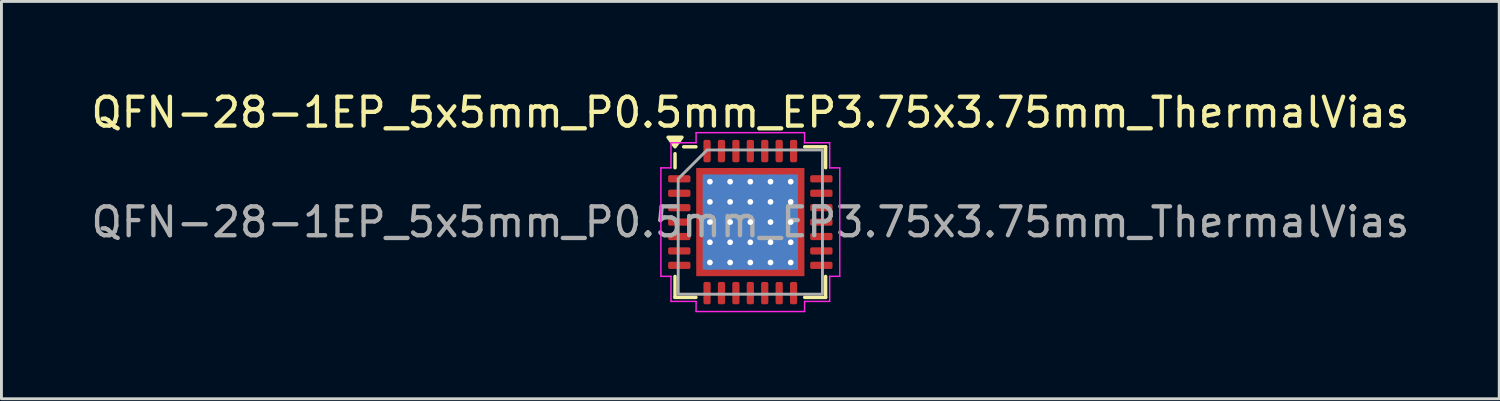
<source format=kicad_pcb>
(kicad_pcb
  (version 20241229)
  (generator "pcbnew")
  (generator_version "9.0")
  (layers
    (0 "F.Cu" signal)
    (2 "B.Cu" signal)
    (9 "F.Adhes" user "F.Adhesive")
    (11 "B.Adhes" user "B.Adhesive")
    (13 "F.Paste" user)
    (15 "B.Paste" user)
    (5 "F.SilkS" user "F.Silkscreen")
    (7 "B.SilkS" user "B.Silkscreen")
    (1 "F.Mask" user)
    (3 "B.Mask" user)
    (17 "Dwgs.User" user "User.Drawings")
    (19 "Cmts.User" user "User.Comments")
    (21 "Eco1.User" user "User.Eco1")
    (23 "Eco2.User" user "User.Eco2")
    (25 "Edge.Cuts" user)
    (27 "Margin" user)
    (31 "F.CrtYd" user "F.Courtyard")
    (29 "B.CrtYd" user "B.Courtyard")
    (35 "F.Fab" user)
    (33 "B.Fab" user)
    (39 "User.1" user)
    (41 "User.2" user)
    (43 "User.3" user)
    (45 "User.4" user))
  (footprint "QFN-28-1EP_5x5mm_P0.5mm_EP3.75x3.75mm_ThermalVias"
    (layer "F.Cu")
    (at 22.958 4.648)
    (property "Reference" "QFN-28-1EP_5x5mm_P0.5mm_EP3.75x3.75mm_ThermalVias" (at 0 -3.8 0) (layer "F.SilkS") (effects (font (size 1 1) (thickness 0.15))))
    (attr smd)
    (fp_line (start -2.61 -1.885) (end -2.61 -2.37) (stroke (width 0.12) (type solid)) (layer "F.SilkS"))
    (fp_line (start -2.61 2.61) (end -2.61 1.885) (stroke (width 0.12) (type solid)) (layer "F.SilkS"))
    (fp_line (start -1.885 -2.61) (end -2.31 -2.61) (stroke (width 0.12) (type solid)) (layer "F.SilkS"))
    (fp_line (start -1.885 2.61) (end -2.61 2.61) (stroke (width 0.12) (type solid)) (layer "F.SilkS"))
    (fp_line (start 1.885 -2.61) (end 2.61 -2.61) (stroke (width 0.12) (type solid)) (layer "F.SilkS"))
    (fp_line (start 1.885 2.61) (end 2.61 2.61) (stroke (width 0.12) (type solid)) (layer "F.SilkS"))
    (fp_line (start 2.61 -2.61) (end 2.61 -1.885) (stroke (width 0.12) (type solid)) (layer "F.SilkS"))
    (fp_line (start 2.61 2.61) (end 2.61 1.885) (stroke (width 0.12) (type solid)) (layer "F.SilkS"))
    (fp_poly (pts (xy -2.61 -2.61) (xy -2.85 -2.94) (xy -2.37 -2.94)) (stroke (width 0.12) (type solid)) (fill yes) (layer "F.SilkS"))
    (fp_line (start -3.1 -1.88) (end -2.75 -1.88) (stroke (width 0.05) (type solid)) (layer "F.CrtYd"))
    (fp_line (start -3.1 1.88) (end -3.1 -1.88) (stroke (width 0.05) (type solid)) (layer "F.CrtYd"))
    (fp_line (start -2.75 -2.75) (end -1.88 -2.75) (stroke (width 0.05) (type solid)) (layer "F.CrtYd"))
    (fp_line (start -2.75 -1.88) (end -2.75 -2.75) (stroke (width 0.05) (type solid)) (layer "F.CrtYd"))
    (fp_line (start -2.75 1.88) (end -3.1 1.88) (stroke (width 0.05) (type solid)) (layer "F.CrtYd"))
    (fp_line (start -2.75 2.75) (end -2.75 1.88) (stroke (width 0.05) (type solid)) (layer "F.CrtYd"))
    (fp_line (start -1.88 -3.1) (end 1.88 -3.1) (stroke (width 0.05) (type solid)) (layer "F.CrtYd"))
    (fp_line (start -1.88 -2.75) (end -1.88 -3.1) (stroke (width 0.05) (type solid)) (layer "F.CrtYd"))
    (fp_line (start -1.88 2.75) (end -2.75 2.75) (stroke (width 0.05) (type solid)) (layer "F.CrtYd"))
    (fp_line (start -1.88 3.1) (end -1.88 2.75) (stroke (width 0.05) (type solid)) (layer "F.CrtYd"))
    (fp_line (start 1.88 -3.1) (end 1.88 -2.75) (stroke (width 0.05) (type solid)) (layer "F.CrtYd"))
    (fp_line (start 1.88 -2.75) (end 2.75 -2.75) (stroke (width 0.05) (type solid)) (layer "F.CrtYd"))
    (fp_line (start 1.88 2.75) (end 1.88 3.1) (stroke (width 0.05) (type solid)) (layer "F.CrtYd"))
    (fp_line (start 1.88 3.1) (end -1.88 3.1) (stroke (width 0.05) (type solid)) (layer "F.CrtYd"))
    (fp_line (start 2.75 -2.75) (end 2.75 -1.88) (stroke (width 0.05) (type solid)) (layer "F.CrtYd"))
    (fp_line (start 2.75 -1.88) (end 3.1 -1.88) (stroke (width 0.05) (type solid)) (layer "F.CrtYd"))
    (fp_line (start 2.75 1.88) (end 2.75 2.75) (stroke (width 0.05) (type solid)) (layer "F.CrtYd"))
    (fp_line (start 2.75 2.75) (end 1.88 2.75) (stroke (width 0.05) (type solid)) (layer "F.CrtYd"))
    (fp_line (start 3.1 -1.88) (end 3.1 1.88) (stroke (width 0.05) (type solid)) (layer "F.CrtYd"))
    (fp_line (start 3.1 1.88) (end 2.75 1.88) (stroke (width 0.05) (type solid)) (layer "F.CrtYd"))
    (fp_poly (pts (xy -2.5 -1.5) (xy -2.5 2.5) (xy 2.5 2.5) (xy 2.5 -2.5) (xy -1.5 -2.5)) (stroke (width 0.1) (type solid)) (fill no) (layer "F.Fab"))
    (fp_text user "${REFERENCE}" (at 0 0 0) (layer "F.Fab") (effects (font (size 1 1) (thickness 0.15))))
    (pad "" smd roundrect (at -1.25 -1.25) (size 1.01 1.01) (layers "F.Paste") (roundrect_rratio 0.248))
    (pad "" smd roundrect (at -1.25 0) (size 1.01 1.01) (layers "F.Paste") (roundrect_rratio 0.248))
    (pad "" smd roundrect (at -1.25 1.25) (size 1.01 1.01) (layers "F.Paste") (roundrect_rratio 0.248))
    (pad "" smd roundrect (at 0 -1.25) (size 1.01 1.01) (layers "F.Paste") (roundrect_rratio 0.248))
    (pad "" smd roundrect (at 0 0) (size 1.01 1.01) (layers "F.Paste") (roundrect_rratio 0.248))
    (pad "" smd roundrect (at 0 1.25) (size 1.01 1.01) (layers "F.Paste") (roundrect_rratio 0.248))
    (pad "" smd roundrect (at 1.25 -1.25) (size 1.01 1.01) (layers "F.Paste") (roundrect_rratio 0.248))
    (pad "" smd roundrect (at 1.25 0) (size 1.01 1.01) (layers "F.Paste") (roundrect_rratio 0.248))
    (pad "" smd roundrect (at 1.25 1.25) (size 1.01 1.01) (layers "F.Paste") (roundrect_rratio 0.248))
    (pad "1" smd roundrect (at -2.462 -1.5) (size 0.775 0.25) (layers "F.Cu" "F.Mask" "F.Paste") (roundrect_rratio 0.25))
    (pad "2" smd roundrect (at -2.462 -1) (size 0.775 0.25) (layers "F.Cu" "F.Mask" "F.Paste") (roundrect_rratio 0.25))
    (pad "3" smd roundrect (at -2.462 -0.5) (size 0.775 0.25) (layers "F.Cu" "F.Mask" "F.Paste") (roundrect_rratio 0.25))
    (pad "4" smd roundrect (at -2.462 0) (size 0.775 0.25) (layers "F.Cu" "F.Mask" "F.Paste") (roundrect_rratio 0.25))
    (pad "5" smd roundrect (at -2.462 0.5) (size 0.775 0.25) (layers "F.Cu" "F.Mask" "F.Paste") (roundrect_rratio 0.25))
    (pad "6" smd roundrect (at -2.462 1) (size 0.775 0.25) (layers "F.Cu" "F.Mask" "F.Paste") (roundrect_rratio 0.25))
    (pad "7" smd roundrect (at -2.462 1.5) (size 0.775 0.25) (layers "F.Cu" "F.Mask" "F.Paste") (roundrect_rratio 0.25))
    (pad "8" smd roundrect (at -1.5 2.462) (size 0.25 0.775) (layers "F.Cu" "F.Mask" "F.Paste") (roundrect_rratio 0.25))
    (pad "9" smd roundrect (at -1 2.462) (size 0.25 0.775) (layers "F.Cu" "F.Mask" "F.Paste") (roundrect_rratio 0.25))
    (pad "10" smd roundrect (at -0.5 2.462) (size 0.25 0.775) (layers "F.Cu" "F.Mask" "F.Paste") (roundrect_rratio 0.25))
    (pad "11" smd roundrect (at 0 2.462) (size 0.25 0.775) (layers "F.Cu" "F.Mask" "F.Paste") (roundrect_rratio 0.25))
    (pad "12" smd roundrect (at 0.5 2.462) (size 0.25 0.775) (layers "F.Cu" "F.Mask" "F.Paste") (roundrect_rratio 0.25))
    (pad "13" smd roundrect (at 1 2.462) (size 0.25 0.775) (layers "F.Cu" "F.Mask" "F.Paste") (roundrect_rratio 0.25))
    (pad "14" smd roundrect (at 1.5 2.462) (size 0.25 0.775) (layers "F.Cu" "F.Mask" "F.Paste") (roundrect_rratio 0.25))
    (pad "15" smd roundrect (at 2.462 1.5) (size 0.775 0.25) (layers "F.Cu" "F.Mask" "F.Paste") (roundrect_rratio 0.25))
    (pad "16" smd roundrect (at 2.462 1) (size 0.775 0.25) (layers "F.Cu" "F.Mask" "F.Paste") (roundrect_rratio 0.25))
    (pad "17" smd roundrect (at 2.462 0.5) (size 0.775 0.25) (layers "F.Cu" "F.Mask" "F.Paste") (roundrect_rratio 0.25))
    (pad "18" smd roundrect (at 2.462 0) (size 0.775 0.25) (layers "F.Cu" "F.Mask" "F.Paste") (roundrect_rratio 0.25))
    (pad "19" smd roundrect (at 2.462 -0.5) (size 0.775 0.25) (layers "F.Cu" "F.Mask" "F.Paste") (roundrect_rratio 0.25))
    (pad "20" smd roundrect (at 2.462 -1) (size 0.775 0.25) (layers "F.Cu" "F.Mask" "F.Paste") (roundrect_rratio 0.25))
    (pad "21" smd roundrect (at 2.462 -1.5) (size 0.775 0.25) (layers "F.Cu" "F.Mask" "F.Paste") (roundrect_rratio 0.25))
    (pad "22" smd roundrect (at 1.5 -2.462) (size 0.25 0.775) (layers "F.Cu" "F.Mask" "F.Paste") (roundrect_rratio 0.25))
    (pad "23" smd roundrect (at 1 -2.462) (size 0.25 0.775) (layers "F.Cu" "F.Mask" "F.Paste") (roundrect_rratio 0.25))
    (pad "24" smd roundrect (at 0.5 -2.462) (size 0.25 0.775) (layers "F.Cu" "F.Mask" "F.Paste") (roundrect_rratio 0.25))
    (pad "25" smd roundrect (at 0 -2.462) (size 0.25 0.775) (layers "F.Cu" "F.Mask" "F.Paste") (roundrect_rratio 0.25))
    (pad "26" smd roundrect (at -0.5 -2.462) (size 0.25 0.775) (layers "F.Cu" "F.Mask" "F.Paste") (roundrect_rratio 0.25))
    (pad "27" smd roundrect (at -1 -2.462) (size 0.25 0.775) (layers "F.Cu" "F.Mask" "F.Paste") (roundrect_rratio 0.25))
    (pad "28" smd roundrect (at -1.5 -2.462) (size 0.25 0.775) (layers "F.Cu" "F.Mask" "F.Paste") (roundrect_rratio 0.25))
    (pad "29" thru_hole circle (at -1.4 -1.4) (size 0.5 0.5) (drill 0.2) (property pad_prop_heatsink) (layers "*.Cu"))
    (pad "29" thru_hole circle (at -1.4 -0.7) (size 0.5 0.5) (drill 0.2) (property pad_prop_heatsink) (layers "*.Cu"))
    (pad "29" thru_hole circle (at -1.4 0) (size 0.5 0.5) (drill 0.2) (property pad_prop_heatsink) (layers "*.Cu"))
    (pad "29" thru_hole circle (at -1.4 0.7) (size 0.5 0.5) (drill 0.2) (property pad_prop_heatsink) (layers "*.Cu"))
    (pad "29" thru_hole circle (at -1.4 1.4) (size 0.5 0.5) (drill 0.2) (property pad_prop_heatsink) (layers "*.Cu"))
    (pad "29" thru_hole circle (at -0.7 -1.4) (size 0.5 0.5) (drill 0.2) (property pad_prop_heatsink) (layers "*.Cu"))
    (pad "29" thru_hole circle (at -0.7 -0.7) (size 0.5 0.5) (drill 0.2) (property pad_prop_heatsink) (layers "*.Cu"))
    (pad "29" thru_hole circle (at -0.7 0) (size 0.5 0.5) (drill 0.2) (property pad_prop_heatsink) (layers "*.Cu"))
    (pad "29" thru_hole circle (at -0.7 0.7) (size 0.5 0.5) (drill 0.2) (property pad_prop_heatsink) (layers "*.Cu"))
    (pad "29" thru_hole circle (at -0.7 1.4) (size 0.5 0.5) (drill 0.2) (property pad_prop_heatsink) (layers "*.Cu"))
    (pad "29" thru_hole circle (at 0 -1.4) (size 0.5 0.5) (drill 0.2) (property pad_prop_heatsink) (layers "*.Cu"))
    (pad "29" thru_hole circle (at 0 -0.7) (size 0.5 0.5) (drill 0.2) (property pad_prop_heatsink) (layers "*.Cu"))
    (pad "29" thru_hole circle (at 0 0) (size 0.5 0.5) (drill 0.2) (property pad_prop_heatsink) (layers "*.Cu"))
    (pad "29" smd rect (at 0 0) (size 3.3 3.3) (property pad_prop_heatsink) (layers "B.Cu"))
    (pad "29" smd rect (at 0 0) (size 3.75 3.75) (property pad_prop_heatsink) (layers "F.Cu" "F.Mask"))
    (pad "29" thru_hole circle (at 0 0.7) (size 0.5 0.5) (drill 0.2) (property pad_prop_heatsink) (layers "*.Cu"))
    (pad "29" thru_hole circle (at 0 1.4) (size 0.5 0.5) (drill 0.2) (property pad_prop_heatsink) (layers "*.Cu"))
    (pad "29" thru_hole circle (at 0.7 -1.4) (size 0.5 0.5) (drill 0.2) (property pad_prop_heatsink) (layers "*.Cu"))
    (pad "29" thru_hole circle (at 0.7 -0.7) (size 0.5 0.5) (drill 0.2) (property pad_prop_heatsink) (layers "*.Cu"))
    (pad "29" thru_hole circle (at 0.7 0) (size 0.5 0.5) (drill 0.2) (property pad_prop_heatsink) (layers "*.Cu"))
    (pad "29" thru_hole circle (at 0.7 0.7) (size 0.5 0.5) (drill 0.2) (property pad_prop_heatsink) (layers "*.Cu"))
    (pad "29" thru_hole circle (at 0.7 1.4) (size 0.5 0.5) (drill 0.2) (property pad_prop_heatsink) (layers "*.Cu"))
    (pad "29" thru_hole circle (at 1.4 -1.4) (size 0.5 0.5) (drill 0.2) (property pad_prop_heatsink) (layers "*.Cu"))
    (pad "29" thru_hole circle (at 1.4 -0.7) (size 0.5 0.5) (drill 0.2) (property pad_prop_heatsink) (layers "*.Cu"))
    (pad "29" thru_hole circle (at 1.4 0) (size 0.5 0.5) (drill 0.2) (property pad_prop_heatsink) (layers "*.Cu"))
    (pad "29" thru_hole circle (at 1.4 0.7) (size 0.5 0.5) (drill 0.2) (property pad_prop_heatsink) (layers "*.Cu"))
    (pad "29" thru_hole circle (at 1.4 1.4) (size 0.5 0.5) (drill 0.2) (property pad_prop_heatsink) (layers "*.Cu")))
  (gr_rect
    (start -3 -3)
    (end 48.917 10.773)
    (stroke (width 0.1) (type default))
    (fill no)
    (layer "Edge.Cuts")))
</source>
